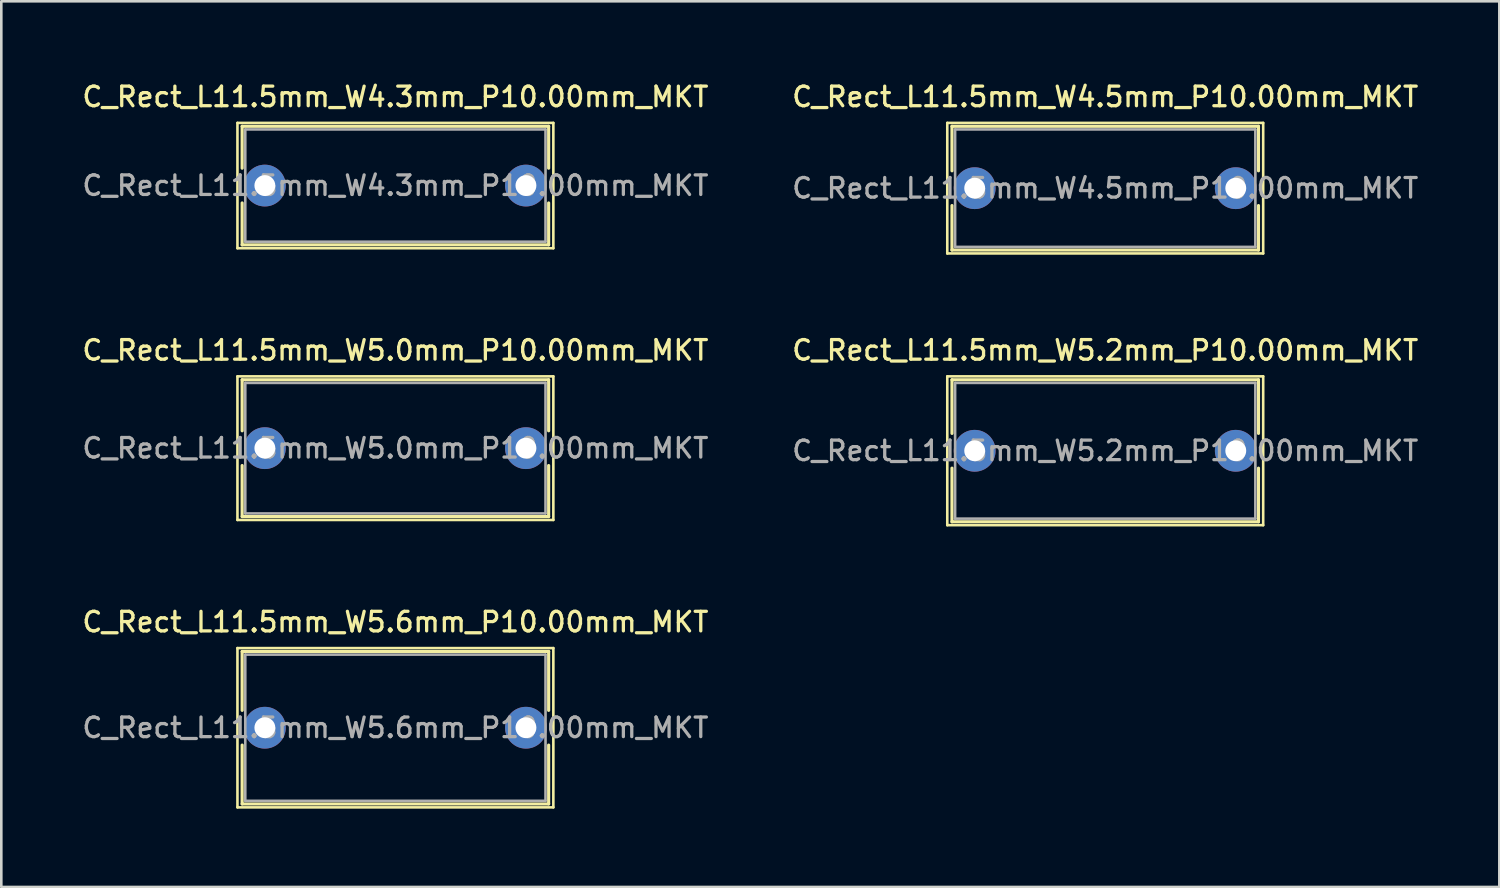
<source format=kicad_pcb>
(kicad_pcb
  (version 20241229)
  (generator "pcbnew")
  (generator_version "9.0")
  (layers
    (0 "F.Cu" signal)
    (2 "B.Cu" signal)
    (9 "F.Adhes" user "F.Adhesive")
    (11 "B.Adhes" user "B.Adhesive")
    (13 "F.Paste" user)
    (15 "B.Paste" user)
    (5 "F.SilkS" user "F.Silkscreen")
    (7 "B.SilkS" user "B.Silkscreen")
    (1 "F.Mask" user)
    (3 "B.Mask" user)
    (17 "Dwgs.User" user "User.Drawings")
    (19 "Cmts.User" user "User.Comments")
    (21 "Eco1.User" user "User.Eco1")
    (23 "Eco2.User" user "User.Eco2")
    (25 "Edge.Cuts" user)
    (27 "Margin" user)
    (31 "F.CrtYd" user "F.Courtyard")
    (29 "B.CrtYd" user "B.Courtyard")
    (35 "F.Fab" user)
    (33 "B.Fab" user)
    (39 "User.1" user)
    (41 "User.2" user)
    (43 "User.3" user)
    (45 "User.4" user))
  (footprint "C_Rect_L11.5mm_W5.2mm_P10.00mm_MKT"
    (layer "F.Cu")
    (at 34.284 14.216)
    (property "Reference" "C_Rect_L11.5mm_W5.2mm_P10.00mm_MKT" (at 5 -3.85 0) (layer "F.SilkS") (effects (font (size 0.75 0.75) (thickness 0.125))))
    (attr through_hole)
    (fp_line (start -1.05 -2.85) (end -1.05 2.85) (stroke (width 0.1) (type solid)) (layer "F.SilkS"))
    (fp_line (start -1.05 2.85) (end 11.05 2.85) (stroke (width 0.1) (type solid)) (layer "F.SilkS"))
    (fp_line (start -0.87 -2.72) (end -0.87 -0.665) (stroke (width 0.12) (type solid)) (layer "F.SilkS"))
    (fp_line (start -0.87 -2.72) (end 10.87 -2.72) (stroke (width 0.12) (type solid)) (layer "F.SilkS"))
    (fp_line (start -0.87 0.665) (end -0.87 2.72) (stroke (width 0.12) (type solid)) (layer "F.SilkS"))
    (fp_line (start -0.87 2.72) (end 10.87 2.72) (stroke (width 0.12) (type solid)) (layer "F.SilkS"))
    (fp_line (start 10.87 -2.72) (end 10.87 -0.665) (stroke (width 0.12) (type solid)) (layer "F.SilkS"))
    (fp_line (start 10.87 0.665) (end 10.87 2.72) (stroke (width 0.12) (type solid)) (layer "F.SilkS"))
    (fp_line (start 11.05 -2.85) (end -1.05 -2.85) (stroke (width 0.1) (type solid)) (layer "F.SilkS"))
    (fp_line (start 11.05 2.85) (end 11.05 -2.85) (stroke (width 0.1) (type solid)) (layer "F.SilkS"))
    (fp_line (start -0.75 -2.6) (end -0.75 2.6) (stroke (width 0.1) (type solid)) (layer "F.Fab"))
    (fp_line (start -0.75 2.6) (end 10.75 2.6) (stroke (width 0.1) (type solid)) (layer "F.Fab"))
    (fp_line (start 10.75 -2.6) (end -0.75 -2.6) (stroke (width 0.1) (type solid)) (layer "F.Fab"))
    (fp_line (start 10.75 2.6) (end 10.75 -2.6) (stroke (width 0.1) (type solid)) (layer "F.Fab"))
    (fp_text user "${REFERENCE}" (at 5 0 0) (layer "F.Fab") (effects (font (size 0.75 0.75) (thickness 0.125))))
    (pad "1" thru_hole circle (at 0 0) (size 1.6 1.6) (drill 0.8) (layers "*.Cu" "*.Mask"))
    (pad "2" thru_hole circle (at 10 0) (size 1.6 1.6) (drill 0.8) (layers "*.Cu" "*.Mask")))
  (footprint "C_Rect_L11.5mm_W5.6mm_P10.00mm_MKT"
    (layer "F.Cu")
    (at 7.095 24.824)
    (property "Reference" "C_Rect_L11.5mm_W5.6mm_P10.00mm_MKT" (at 5 -4.05 0) (layer "F.SilkS") (effects (font (size 0.75 0.75) (thickness 0.125))))
    (attr through_hole)
    (fp_line (start -1.05 -3.05) (end -1.05 3.05) (stroke (width 0.1) (type solid)) (layer "F.SilkS"))
    (fp_line (start -1.05 3.05) (end 11.05 3.05) (stroke (width 0.1) (type solid)) (layer "F.SilkS"))
    (fp_line (start -0.87 -2.92) (end -0.87 -0.665) (stroke (width 0.12) (type solid)) (layer "F.SilkS"))
    (fp_line (start -0.87 -2.92) (end 10.87 -2.92) (stroke (width 0.12) (type solid)) (layer "F.SilkS"))
    (fp_line (start -0.87 0.665) (end -0.87 2.92) (stroke (width 0.12) (type solid)) (layer "F.SilkS"))
    (fp_line (start -0.87 2.92) (end 10.87 2.92) (stroke (width 0.12) (type solid)) (layer "F.SilkS"))
    (fp_line (start 10.87 -2.92) (end 10.87 -0.665) (stroke (width 0.12) (type solid)) (layer "F.SilkS"))
    (fp_line (start 10.87 0.665) (end 10.87 2.92) (stroke (width 0.12) (type solid)) (layer "F.SilkS"))
    (fp_line (start 11.05 -3.05) (end -1.05 -3.05) (stroke (width 0.1) (type solid)) (layer "F.SilkS"))
    (fp_line (start 11.05 3.05) (end 11.05 -3.05) (stroke (width 0.1) (type solid)) (layer "F.SilkS"))
    (fp_line (start -0.75 -2.8) (end -0.75 2.8) (stroke (width 0.1) (type solid)) (layer "F.Fab"))
    (fp_line (start -0.75 2.8) (end 10.75 2.8) (stroke (width 0.1) (type solid)) (layer "F.Fab"))
    (fp_line (start 10.75 -2.8) (end -0.75 -2.8) (stroke (width 0.1) (type solid)) (layer "F.Fab"))
    (fp_line (start 10.75 2.8) (end 10.75 -2.8) (stroke (width 0.1) (type solid)) (layer "F.Fab"))
    (fp_text user "${REFERENCE}" (at 5 0 0) (layer "F.Fab") (effects (font (size 0.75 0.75) (thickness 0.125))))
    (pad "1" thru_hole circle (at 0 0) (size 1.6 1.6) (drill 0.8) (layers "*.Cu" "*.Mask"))
    (pad "2" thru_hole circle (at 10 0) (size 1.6 1.6) (drill 0.8) (layers "*.Cu" "*.Mask")))
  (footprint "C_Rect_L11.5mm_W4.3mm_P10.00mm_MKT"
    (layer "F.Cu")
    (at 7.095 4.058)
    (property "Reference" "C_Rect_L11.5mm_W4.3mm_P10.00mm_MKT" (at 5 -3.4 0) (layer "F.SilkS") (effects (font (size 0.75 0.75) (thickness 0.125))))
    (attr through_hole)
    (fp_line (start -1.05 -2.4) (end -1.05 2.4) (stroke (width 0.1) (type solid)) (layer "F.SilkS"))
    (fp_line (start -1.05 2.4) (end 11.05 2.4) (stroke (width 0.1) (type solid)) (layer "F.SilkS"))
    (fp_line (start -0.87 -2.27) (end -0.87 -0.665) (stroke (width 0.12) (type solid)) (layer "F.SilkS"))
    (fp_line (start -0.87 -2.27) (end 10.87 -2.27) (stroke (width 0.12) (type solid)) (layer "F.SilkS"))
    (fp_line (start -0.87 0.665) (end -0.87 2.27) (stroke (width 0.12) (type solid)) (layer "F.SilkS"))
    (fp_line (start -0.87 2.27) (end 10.87 2.27) (stroke (width 0.12) (type solid)) (layer "F.SilkS"))
    (fp_line (start 10.87 -2.27) (end 10.87 -0.665) (stroke (width 0.12) (type solid)) (layer "F.SilkS"))
    (fp_line (start 10.87 0.665) (end 10.87 2.27) (stroke (width 0.12) (type solid)) (layer "F.SilkS"))
    (fp_line (start 11.05 -2.4) (end -1.05 -2.4) (stroke (width 0.1) (type solid)) (layer "F.SilkS"))
    (fp_line (start 11.05 2.4) (end 11.05 -2.4) (stroke (width 0.1) (type solid)) (layer "F.SilkS"))
    (fp_line (start -0.75 -2.15) (end -0.75 2.15) (stroke (width 0.1) (type solid)) (layer "F.Fab"))
    (fp_line (start -0.75 2.15) (end 10.75 2.15) (stroke (width 0.1) (type solid)) (layer "F.Fab"))
    (fp_line (start 10.75 -2.15) (end -0.75 -2.15) (stroke (width 0.1) (type solid)) (layer "F.Fab"))
    (fp_line (start 10.75 2.15) (end 10.75 -2.15) (stroke (width 0.1) (type solid)) (layer "F.Fab"))
    (fp_text user "${REFERENCE}" (at 5 0 0) (layer "F.Fab") (effects (font (size 0.75 0.75) (thickness 0.125))))
    (pad "1" thru_hole circle (at 0 0) (size 1.6 1.6) (drill 0.8) (layers "*.Cu" "*.Mask"))
    (pad "2" thru_hole circle (at 10 0) (size 1.6 1.6) (drill 0.8) (layers "*.Cu" "*.Mask")))
  (footprint "C_Rect_L11.5mm_W5.0mm_P10.00mm_MKT"
    (layer "F.Cu")
    (at 7.095 14.116)
    (property "Reference" "C_Rect_L11.5mm_W5.0mm_P10.00mm_MKT" (at 5 -3.75 0) (layer "F.SilkS") (effects (font (size 0.75 0.75) (thickness 0.125))))
    (attr through_hole)
    (fp_line (start -1.05 -2.75) (end -1.05 2.75) (stroke (width 0.1) (type solid)) (layer "F.SilkS"))
    (fp_line (start -1.05 2.75) (end 11.05 2.75) (stroke (width 0.1) (type solid)) (layer "F.SilkS"))
    (fp_line (start -0.87 -2.62) (end -0.87 -0.665) (stroke (width 0.12) (type solid)) (layer "F.SilkS"))
    (fp_line (start -0.87 -2.62) (end 10.87 -2.62) (stroke (width 0.12) (type solid)) (layer "F.SilkS"))
    (fp_line (start -0.87 0.665) (end -0.87 2.62) (stroke (width 0.12) (type solid)) (layer "F.SilkS"))
    (fp_line (start -0.87 2.62) (end 10.87 2.62) (stroke (width 0.12) (type solid)) (layer "F.SilkS"))
    (fp_line (start 10.87 -2.62) (end 10.87 -0.665) (stroke (width 0.12) (type solid)) (layer "F.SilkS"))
    (fp_line (start 10.87 0.665) (end 10.87 2.62) (stroke (width 0.12) (type solid)) (layer "F.SilkS"))
    (fp_line (start 11.05 -2.75) (end -1.05 -2.75) (stroke (width 0.1) (type solid)) (layer "F.SilkS"))
    (fp_line (start 11.05 2.75) (end 11.05 -2.75) (stroke (width 0.1) (type solid)) (layer "F.SilkS"))
    (fp_line (start -0.75 -2.5) (end -0.75 2.5) (stroke (width 0.1) (type solid)) (layer "F.Fab"))
    (fp_line (start -0.75 2.5) (end 10.75 2.5) (stroke (width 0.1) (type solid)) (layer "F.Fab"))
    (fp_line (start 10.75 -2.5) (end -0.75 -2.5) (stroke (width 0.1) (type solid)) (layer "F.Fab"))
    (fp_line (start 10.75 2.5) (end 10.75 -2.5) (stroke (width 0.1) (type solid)) (layer "F.Fab"))
    (fp_text user "${REFERENCE}" (at 5 0 0) (layer "F.Fab") (effects (font (size 0.75 0.75) (thickness 0.125))))
    (pad "1" thru_hole circle (at 0 0) (size 1.6 1.6) (drill 0.8) (layers "*.Cu" "*.Mask"))
    (pad "2" thru_hole circle (at 10 0) (size 1.6 1.6) (drill 0.8) (layers "*.Cu" "*.Mask")))
  (footprint "C_Rect_L11.5mm_W4.5mm_P10.00mm_MKT"
    (layer "F.Cu")
    (at 34.284 4.158)
    (property "Reference" "C_Rect_L11.5mm_W4.5mm_P10.00mm_MKT" (at 5 -3.5 0) (layer "F.SilkS") (effects (font (size 0.75 0.75) (thickness 0.125))))
    (attr through_hole)
    (fp_line (start -1.05 -2.5) (end -1.05 2.5) (stroke (width 0.1) (type solid)) (layer "F.SilkS"))
    (fp_line (start -1.05 2.5) (end 11.05 2.5) (stroke (width 0.1) (type solid)) (layer "F.SilkS"))
    (fp_line (start -0.87 -2.37) (end -0.87 -0.665) (stroke (width 0.12) (type solid)) (layer "F.SilkS"))
    (fp_line (start -0.87 -2.37) (end 10.87 -2.37) (stroke (width 0.12) (type solid)) (layer "F.SilkS"))
    (fp_line (start -0.87 0.665) (end -0.87 2.37) (stroke (width 0.12) (type solid)) (layer "F.SilkS"))
    (fp_line (start -0.87 2.37) (end 10.87 2.37) (stroke (width 0.12) (type solid)) (layer "F.SilkS"))
    (fp_line (start 10.87 -2.37) (end 10.87 -0.665) (stroke (width 0.12) (type solid)) (layer "F.SilkS"))
    (fp_line (start 10.87 0.665) (end 10.87 2.37) (stroke (width 0.12) (type solid)) (layer "F.SilkS"))
    (fp_line (start 11.05 -2.5) (end -1.05 -2.5) (stroke (width 0.1) (type solid)) (layer "F.SilkS"))
    (fp_line (start 11.05 2.5) (end 11.05 -2.5) (stroke (width 0.1) (type solid)) (layer "F.SilkS"))
    (fp_line (start -0.75 -2.25) (end -0.75 2.25) (stroke (width 0.1) (type solid)) (layer "F.Fab"))
    (fp_line (start -0.75 2.25) (end 10.75 2.25) (stroke (width 0.1) (type solid)) (layer "F.Fab"))
    (fp_line (start 10.75 -2.25) (end -0.75 -2.25) (stroke (width 0.1) (type solid)) (layer "F.Fab"))
    (fp_line (start 10.75 2.25) (end 10.75 -2.25) (stroke (width 0.1) (type solid)) (layer "F.Fab"))
    (fp_text user "${REFERENCE}" (at 5 0 0) (layer "F.Fab") (effects (font (size 0.75 0.75) (thickness 0.125))))
    (pad "1" thru_hole circle (at 0 0) (size 1.6 1.6) (drill 0.8) (layers "*.Cu" "*.Mask"))
    (pad "2" thru_hole circle (at 10 0) (size 1.6 1.6) (drill 0.8) (layers "*.Cu" "*.Mask")))
  (gr_rect
    (start -3 -3)
    (end 54.379 30.924)
    (stroke (width 0.1) (type default))
    (fill no)
    (layer "Edge.Cuts")))
</source>
